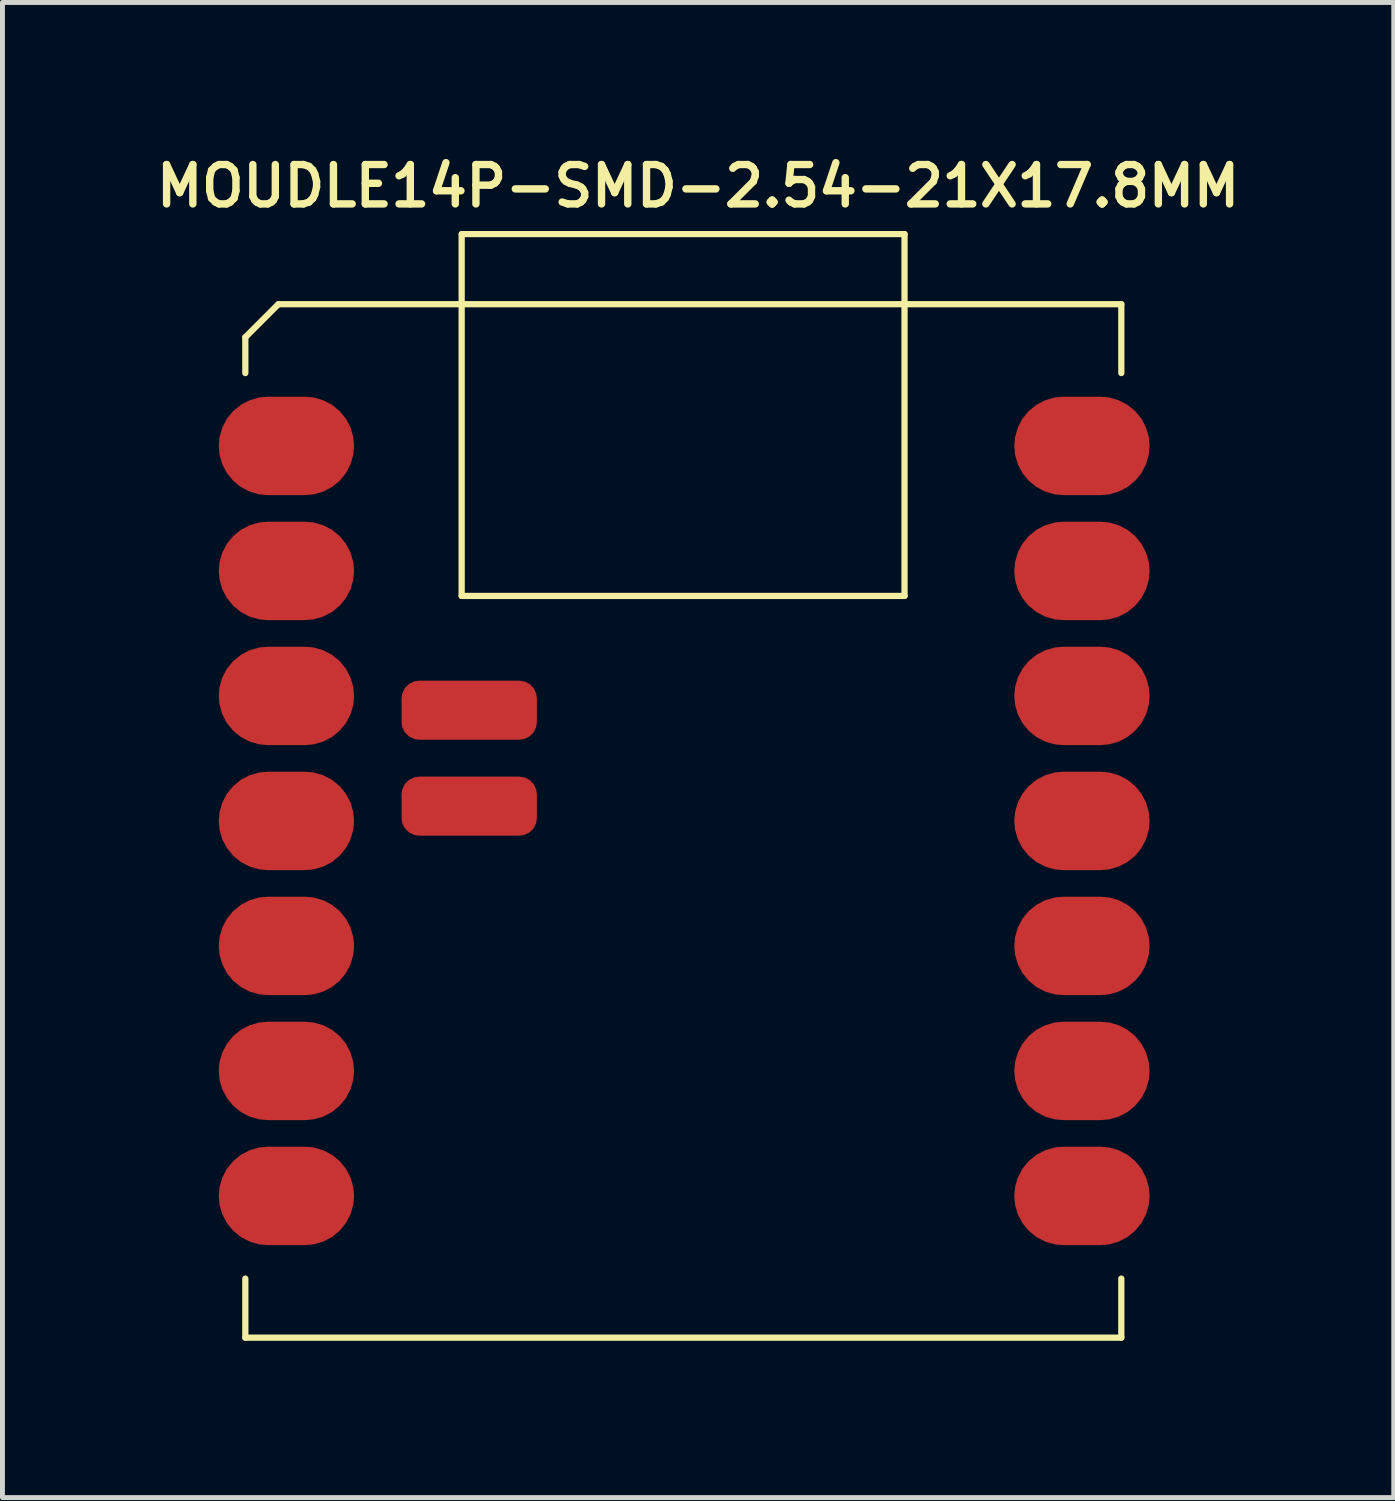
<source format=kicad_pcb>
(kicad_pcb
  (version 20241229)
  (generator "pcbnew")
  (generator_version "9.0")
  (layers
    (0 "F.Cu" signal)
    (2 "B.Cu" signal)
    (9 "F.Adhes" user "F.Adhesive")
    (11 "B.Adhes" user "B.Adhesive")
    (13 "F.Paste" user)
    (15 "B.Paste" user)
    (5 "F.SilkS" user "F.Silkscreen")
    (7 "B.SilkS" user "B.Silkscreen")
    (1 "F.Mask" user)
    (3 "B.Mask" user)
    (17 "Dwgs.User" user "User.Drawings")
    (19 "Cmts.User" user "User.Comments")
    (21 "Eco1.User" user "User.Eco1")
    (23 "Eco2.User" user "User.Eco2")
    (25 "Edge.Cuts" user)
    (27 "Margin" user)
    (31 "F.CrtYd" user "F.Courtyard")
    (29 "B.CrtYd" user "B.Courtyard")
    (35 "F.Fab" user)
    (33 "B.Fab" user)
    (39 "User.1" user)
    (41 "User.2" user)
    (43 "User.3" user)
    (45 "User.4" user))
  (footprint "MOUDLE14P-SMD-2.54-21X17.8MM"
    (layer "F.Cu")
    (at 1.935 24.131)
    (property "Reference" "MOUDLE14P-SMD-2.54-21X17.8MM" (at 9.2 -23.4 0) (layer "F.SilkS") (effects (font (size 0.8 0.8) (thickness 0.15))))
    (attr through_hole)
    (fp_line (start 0 -20.328) (end 0 -19.6) (stroke (width 0.127) (type default)) (layer "F.SilkS"))
    (fp_line (start 0 0) (end 0 -1.2) (stroke (width 0.127) (type default)) (layer "F.SilkS"))
    (fp_line (start 0 0) (end 17.8 0) (stroke (width 0.127) (type solid)) (layer "F.SilkS"))
    (fp_line (start 0.672 -21) (end 0 -20.328) (stroke (width 0.127) (type solid)) (layer "F.SilkS"))
    (fp_line (start 4.396 -15.072) (end 4.396 -22.425) (stroke (width 0.127) (type solid)) (layer "F.SilkS"))
    (fp_line (start 4.4 -22.424) (end 13.395 -22.424) (stroke (width 0.127) (type solid)) (layer "F.SilkS"))
    (fp_line (start 13.395 -22.424) (end 13.395 -15.072) (stroke (width 0.127) (type solid)) (layer "F.SilkS"))
    (fp_line (start 13.395 -15.072) (end 4.396 -15.072) (stroke (width 0.127) (type solid)) (layer "F.SilkS"))
    (fp_line (start 17.8 -21) (end 0.672 -21) (stroke (width 0.127) (type solid)) (layer "F.SilkS"))
    (fp_line (start 17.8 -21) (end 17.8 -19.6) (stroke (width 0.127) (type default)) (layer "F.SilkS"))
    (fp_line (start 17.8 0) (end 17.8 -1.2) (stroke (width 0.127) (type default)) (layer "F.SilkS"))
    (pad "1" smd roundrect (at 0.835 -18.12) (size 2.75 2) (layers "F.Cu" "F.Mask" "F.Paste") (roundrect_rratio 0.5))
    (pad "2" smd roundrect (at 0.835 -15.58) (size 2.75 2) (layers "F.Cu" "F.Mask" "F.Paste") (roundrect_rratio 0.5))
    (pad "3" smd roundrect (at 0.835 -13.04) (size 2.75 2) (layers "F.Cu" "F.Mask" "F.Paste") (roundrect_rratio 0.5))
    (pad "4" smd roundrect (at 0.835 -10.5) (size 2.75 2) (layers "F.Cu" "F.Mask" "F.Paste") (roundrect_rratio 0.5))
    (pad "5" smd roundrect (at 0.835 -7.96) (size 2.75 2) (layers "F.Cu" "F.Mask" "F.Paste") (roundrect_rratio 0.5))
    (pad "6" smd roundrect (at 0.835 -5.42) (size 2.75 2) (layers "F.Cu" "F.Mask" "F.Paste") (roundrect_rratio 0.5))
    (pad "7" smd roundrect (at 0.835 -2.88) (size 2.75 2) (layers "F.Cu" "F.Mask" "F.Paste") (roundrect_rratio 0.5))
    (pad "8" smd roundrect (at 17 -2.88) (size 2.75 2) (layers "F.Cu" "F.Mask" "F.Paste") (roundrect_rratio 0.5))
    (pad "9" smd roundrect (at 17 -5.42) (size 2.75 2) (layers "F.Cu" "F.Mask" "F.Paste") (roundrect_rratio 0.5))
    (pad "10" smd roundrect (at 17 -7.96) (size 2.75 2) (layers "F.Cu" "F.Mask" "F.Paste") (roundrect_rratio 0.5))
    (pad "11" smd roundrect (at 17 -10.5) (size 2.75 2) (layers "F.Cu" "F.Mask" "F.Paste") (roundrect_rratio 0.5))
    (pad "12" smd roundrect (at 17 -13.04) (size 2.75 2) (layers "F.Cu" "F.Mask" "F.Paste") (roundrect_rratio 0.5))
    (pad "13" smd roundrect (at 17 -15.58) (size 2.75 2) (layers "F.Cu" "F.Mask" "F.Paste") (roundrect_rratio 0.5))
    (pad "14" smd roundrect (at 17 -18.12) (size 2.75 2) (layers "F.Cu" "F.Mask" "F.Paste") (roundrect_rratio 0.5))
    (pad "15" smd roundrect (at 4.55 -10.8) (size 2.75 1.2) (layers "F.Cu" "F.Mask" "F.Paste") (roundrect_rratio 0.3))
    (pad "16" smd roundrect (at 4.55 -12.75) (size 2.75 1.2) (layers "F.Cu" "F.Mask" "F.Paste") (roundrect_rratio 0.3))
    (zone (net_name "") (layer "F.Cu") (hatch full 0.508) (connect_pads) (min_thickness 0.01) (filled_areas_thickness no) (keepout (tracks not_allowed) (vias not_allowed) (pads not_allowed) (copperpour not_allowed) (footprints allowed)) (placement (enabled no)) (fill) (polygon (pts (xy 8.285 20.956) (xy 14 20.956) (xy 14 23.496) (xy 8.285 23.496))))
    (zone (net_name "") (layer "F.Cu") (hatch full 0.508) (connect_pads) (min_thickness 0.01) (filled_areas_thickness no) (keepout (tracks not_allowed) (vias not_allowed) (pads not_allowed) (copperpour not_allowed) (footprints allowed)) (placement (enabled no)) (fill) (polygon (pts (xy 11.714 12.828) (xy 14.762 12.828) (xy 14.762 15.876) (xy 11.714 15.876)))))
  (gr_rect
    (start -3 -3)
    (end 25.271 27.381)
    (stroke (width 0.1) (type default))
    (fill no)
    (layer "Edge.Cuts")))
</source>
